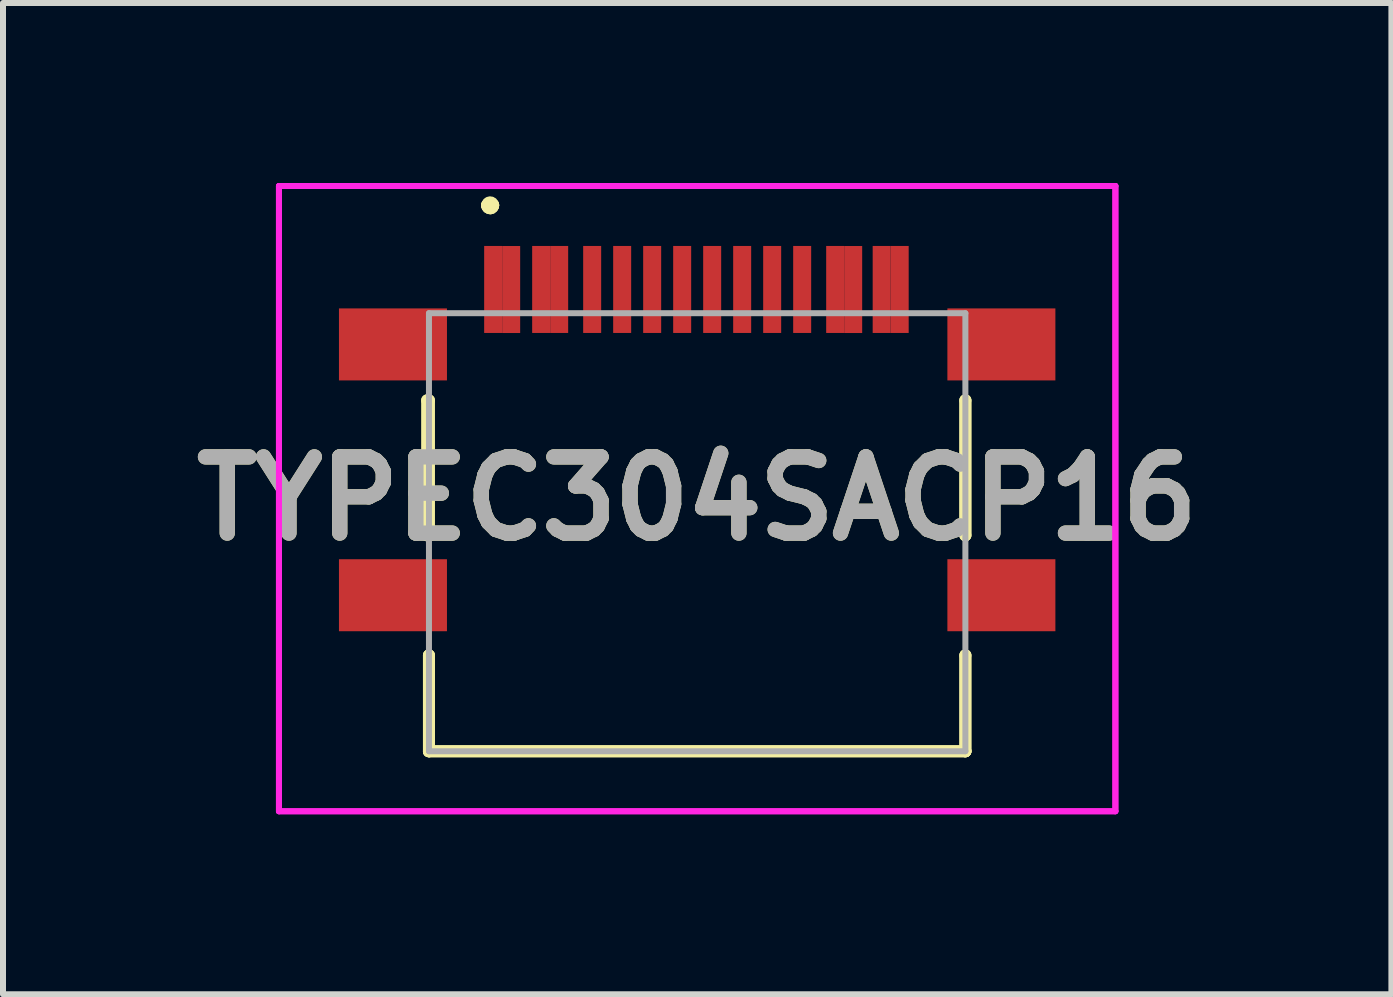
<source format=kicad_pcb>
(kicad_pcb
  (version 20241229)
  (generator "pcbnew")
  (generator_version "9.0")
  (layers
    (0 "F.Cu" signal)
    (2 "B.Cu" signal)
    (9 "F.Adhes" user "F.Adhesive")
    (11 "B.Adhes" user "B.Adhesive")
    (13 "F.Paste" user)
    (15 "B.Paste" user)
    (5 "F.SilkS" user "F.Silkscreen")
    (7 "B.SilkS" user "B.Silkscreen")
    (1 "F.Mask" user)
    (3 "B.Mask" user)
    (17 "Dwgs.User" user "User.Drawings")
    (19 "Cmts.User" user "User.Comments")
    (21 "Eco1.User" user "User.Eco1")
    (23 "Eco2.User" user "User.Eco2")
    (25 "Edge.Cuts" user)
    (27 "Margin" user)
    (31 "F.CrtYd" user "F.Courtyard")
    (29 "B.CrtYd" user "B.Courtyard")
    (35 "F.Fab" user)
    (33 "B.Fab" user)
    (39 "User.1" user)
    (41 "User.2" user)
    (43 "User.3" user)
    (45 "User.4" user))
  (footprint "TYPEC304SACP16"
    (layer "F.Cu")
    (at 8.569 3.22)
    (property "Reference" "TYPEC304SACP16" (at 0 2.04 0) (layer "F.SilkS") (effects (font (size 1.27 1.27) (thickness 0.254))))
    (attr through_hole)
    (fp_line (start -4.5 0.402) (end -4.5 2.652) (stroke (width 0.2) (type solid)) (layer "F.SilkS"))
    (fp_line (start -4.5 2.652) (end -4.47 2.652) (stroke (width 0.2) (type solid)) (layer "F.SilkS"))
    (fp_line (start -4.47 0.402) (end -4.5 0.402) (stroke (width 0.2) (type solid)) (layer "F.SilkS"))
    (fp_line (start -4.47 2.652) (end -4.47 0.402) (stroke (width 0.2) (type solid)) (layer "F.SilkS"))
    (fp_line (start -4.47 4.652) (end -4.47 4.652) (stroke (width 0.2) (type solid)) (layer "F.SilkS"))
    (fp_line (start -4.47 4.652) (end -4.47 6.25) (stroke (width 0.2) (type solid)) (layer "F.SilkS"))
    (fp_line (start -4.47 6.25) (end -4.47 4.652) (stroke (width 0.2) (type solid)) (layer "F.SilkS"))
    (fp_line (start -4.47 6.25) (end -4.47 6.25) (stroke (width 0.2) (type solid)) (layer "F.SilkS"))
    (fp_line (start -4.47 6.25) (end -4.47 6.25) (stroke (width 0.2) (type solid)) (layer "F.SilkS"))
    (fp_line (start -4.47 6.25) (end 4.47 6.25) (stroke (width 0.2) (type solid)) (layer "F.SilkS"))
    (fp_line (start -3.5 -2.848) (end -3.5 -2.848) (stroke (width 0.2) (type solid)) (layer "F.SilkS"))
    (fp_line (start -3.5 -2.848) (end -3.5 -2.848) (stroke (width 0.2) (type solid)) (layer "F.SilkS"))
    (fp_line (start -3.4 -2.848) (end -3.4 -2.848) (stroke (width 0.2) (type solid)) (layer "F.SilkS"))
    (fp_line (start 4.47 0.402) (end 4.47 0.402) (stroke (width 0.2) (type solid)) (layer "F.SilkS"))
    (fp_line (start 4.47 0.402) (end 4.47 2.652) (stroke (width 0.2) (type solid)) (layer "F.SilkS"))
    (fp_line (start 4.47 2.652) (end 4.47 0.402) (stroke (width 0.2) (type solid)) (layer "F.SilkS"))
    (fp_line (start 4.47 2.652) (end 4.47 2.652) (stroke (width 0.2) (type solid)) (layer "F.SilkS"))
    (fp_line (start 4.47 4.652) (end 4.47 4.652) (stroke (width 0.2) (type solid)) (layer "F.SilkS"))
    (fp_line (start 4.47 4.652) (end 4.47 6.25) (stroke (width 0.2) (type solid)) (layer "F.SilkS"))
    (fp_line (start 4.47 6.25) (end -4.47 6.25) (stroke (width 0.2) (type solid)) (layer "F.SilkS"))
    (fp_line (start 4.47 6.25) (end 4.47 4.652) (stroke (width 0.2) (type solid)) (layer "F.SilkS"))
    (fp_line (start 4.47 6.25) (end 4.47 6.25) (stroke (width 0.2) (type solid)) (layer "F.SilkS"))
    (fp_line (start 4.47 6.25) (end 4.47 6.25) (stroke (width 0.2) (type solid)) (layer "F.SilkS"))
    (fp_arc (start -3.5 -2.848) (mid -3.45 -2.898) (end -3.4 -2.848) (stroke (width 0.2) (type solid)) (layer "F.SilkS"))
    (fp_arc (start -3.4 -2.848) (mid -3.45 -2.798) (end -3.5 -2.848) (stroke (width 0.2) (type solid)) (layer "F.SilkS"))
    (fp_arc (start -3.4 -2.848) (mid -3.45 -2.798) (end -3.5 -2.848) (stroke (width 0.2) (type solid)) (layer "F.SilkS"))
    (fp_line (start -6.97 -3.17) (end 6.97 -3.17) (stroke (width 0.1) (type solid)) (layer "F.CrtYd"))
    (fp_line (start -6.97 -3.17) (end 6.97 -3.17) (stroke (width 0.1) (type solid)) (layer "F.CrtYd"))
    (fp_line (start -6.97 7.25) (end -6.97 -3.17) (stroke (width 0.1) (type solid)) (layer "F.CrtYd"))
    (fp_line (start -6.97 7.25) (end -6.97 -3.17) (stroke (width 0.1) (type solid)) (layer "F.CrtYd"))
    (fp_line (start 6.97 -3.17) (end 6.97 7.25) (stroke (width 0.1) (type solid)) (layer "F.CrtYd"))
    (fp_line (start 6.97 -3.17) (end 6.97 7.25) (stroke (width 0.1) (type solid)) (layer "F.CrtYd"))
    (fp_line (start 6.97 7.25) (end -6.97 7.25) (stroke (width 0.1) (type solid)) (layer "F.CrtYd"))
    (fp_line (start 6.97 7.25) (end -6.97 7.25) (stroke (width 0.1) (type solid)) (layer "F.CrtYd"))
    (fp_line (start -4.47 -1.05) (end -4.47 6.25) (stroke (width 0.1) (type solid)) (layer "F.Fab"))
    (fp_line (start -4.47 6.25) (end 4.47 6.25) (stroke (width 0.1) (type solid)) (layer "F.Fab"))
    (fp_line (start 4.47 -1.05) (end -4.47 -1.05) (stroke (width 0.1) (type solid)) (layer "F.Fab"))
    (fp_line (start 4.47 6.25) (end 4.47 -1.05) (stroke (width 0.1) (type solid)) (layer "F.Fab"))
    (fp_text user "${REFERENCE}" (at 0 2.04 0) (layer "F.Fab") (effects (font (size 1.27 1.27) (thickness 0.254))))
    (pad "" np_thru_hole circle (at -2.89 0) (size 0.001 0.001) (drill 0.65) (layers "*.Cu" "*.Mask"))
    (pad "" np_thru_hole circle (at 2.89 0) (size 0.001 0.001) (drill 0.65) (layers "*.Cu" "*.Mask"))
    (pad "A1" smd rect (at -3.4 -1.446) (size 0.3 1.45) (layers "F.Cu" "F.Mask" "F.Paste"))
    (pad "A4" smd rect (at -2.6 -1.446) (size 0.3 1.45) (layers "F.Cu" "F.Mask" "F.Paste"))
    (pad "A5" smd rect (at -1.25 -1.446) (size 0.3 1.45) (layers "F.Cu" "F.Mask" "F.Paste"))
    (pad "A6" smd rect (at -0.25 -1.446) (size 0.3 1.45) (layers "F.Cu" "F.Mask" "F.Paste"))
    (pad "A7" smd rect (at 0.25 -1.446) (size 0.3 1.45) (layers "F.Cu" "F.Mask" "F.Paste"))
    (pad "A8" smd rect (at 1.25 -1.446) (size 0.3 1.45) (layers "F.Cu" "F.Mask" "F.Paste"))
    (pad "A9" smd rect (at 2.6 -1.445) (size 0.3 1.45) (layers "F.Cu" "F.Mask" "F.Paste"))
    (pad "A12" smd rect (at 3.375 -1.446) (size 0.3 1.45) (layers "F.Cu" "F.Mask" "F.Paste"))
    (pad "B1" smd rect (at 3.075 -1.446) (size 0.3 1.45) (layers "F.Cu" "F.Mask" "F.Paste"))
    (pad "B4" smd rect (at 2.3 -1.446) (size 0.3 1.45) (layers "F.Cu" "F.Mask" "F.Paste"))
    (pad "B5" smd rect (at 1.75 -1.446) (size 0.3 1.45) (layers "F.Cu" "F.Mask" "F.Paste"))
    (pad "B6" smd rect (at 0.75 -1.446) (size 0.3 1.45) (layers "F.Cu" "F.Mask" "F.Paste"))
    (pad "B7" smd rect (at -0.75 -1.446) (size 0.3 1.45) (layers "F.Cu" "F.Mask" "F.Paste"))
    (pad "B8" smd rect (at -1.75 -1.446) (size 0.3 1.45) (layers "F.Cu" "F.Mask" "F.Paste"))
    (pad "B9" smd rect (at -2.3 -1.446) (size 0.3 1.45) (layers "F.Cu" "F.Mask" "F.Paste"))
    (pad "B12" smd rect (at -3.1 -1.445) (size 0.3 1.45) (layers "F.Cu" "F.Mask" "F.Paste"))
    (pad "MP1" smd rect (at -5.07 -0.53 90) (size 1.2 1.8) (layers "F.Cu" "F.Mask" "F.Paste"))
    (pad "MP2" smd rect (at 5.07 -0.53 90) (size 1.2 1.8) (layers "F.Cu" "F.Mask" "F.Paste"))
    (pad "MP3" smd rect (at -5.07 3.65 90) (size 1.2 1.8) (layers "F.Cu" "F.Mask" "F.Paste"))
    (pad "MP4" smd rect (at 5.07 3.65 90) (size 1.2 1.8) (layers "F.Cu" "F.Mask" "F.Paste")))
  (gr_rect
    (start -3 -3)
    (end 20.139 13.52)
    (stroke (width 0.1) (type default))
    (fill no)
    (layer "Edge.Cuts")))
</source>
